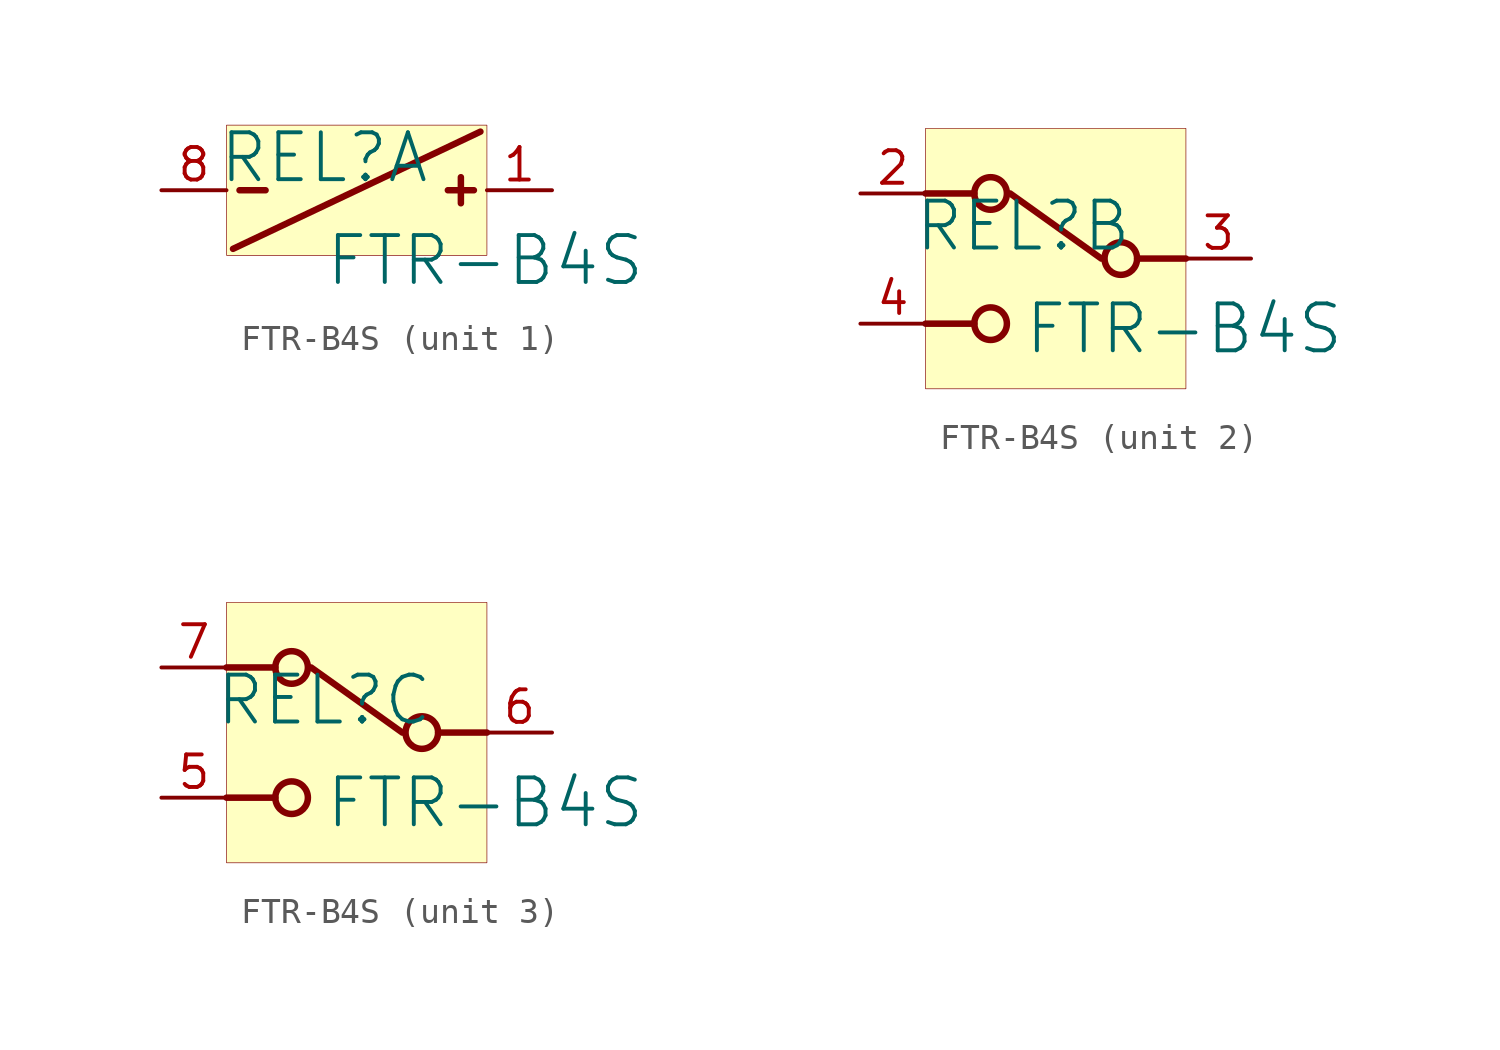
<source format=kicad_sym>
(kicad_symbol_lib
  (version 20231120)
  (generator "kicad_symbol_editor")
  (generator_version "8.0")
  (symbol "FTR-B4S"
    (property "Reference" "REL"
      (at -1.27 1.27 0)
      (effects (font (size 1.829 1.829))))
    (property "Value" "FTR-B4S"
      (at -1.27 -3.81 0)
      (effects (font (size 1.829 1.829)) (justify left bottom)))
    (symbol "FTR-B4S_1_0"
      (polyline (pts (xy -4.826 -2.286) (xy 4.826 2.286)) (stroke (width 0.254) (type solid)) (fill (type none)))
      (polyline (pts (xy -4.572 0) (xy -3.556 0)) (stroke (width 0.254) (type solid)) (fill (type none)))
      (polyline (pts (xy 3.556 0) (xy 4.572 0)) (stroke (width 0.254) (type solid)) (fill (type none)))
      (polyline (pts (xy 4.064 0.508) (xy 4.064 -0.508)) (stroke (width 0.254) (type solid)) (fill (type none)))
      (rectangle (start 5.08 2.54) (end -5.08 -2.54) (stroke (width 0.025) (type solid) (color 128 0 0 1)) (fill (type background)))
      (pin passive line (at 7.62 0 180) (length 2.54) (name "VCC" (effects (font (size 0 0)))) (number "1" (effects (font (size 1.27 1.27)))))
      (pin passive line (at -7.62 0 0) (length 2.54) (name "VSS" (effects (font (size 0 0)))) (number "8" (effects (font (size 1.27 1.27))))))
    (symbol "FTR-B4S_2_0"
      (circle (center -2.54 -2.54) (radius 0.635) (stroke (width 0.254) (type solid)) (fill (type none)))
      (circle (center -2.54 2.54) (radius 0.635) (stroke (width 0.254) (type solid)) (fill (type none)))
      (polyline (pts (xy -5.08 -2.54) (xy -3.175 -2.54)) (stroke (width 0.254) (type solid)) (fill (type none)))
      (polyline (pts (xy -5.08 2.54) (xy -3.175 2.54)) (stroke (width 0.254) (type solid)) (fill (type none)))
      (polyline (pts (xy -1.778 2.54) (xy 1.778 0)) (stroke (width 0.254) (type solid)) (fill (type none)))
      (polyline (pts (xy 5.08 0) (xy 3.175 0)) (stroke (width 0.254) (type solid)) (fill (type none)))
      (circle (center 2.54 0) (radius 0.635) (stroke (width 0.254) (type solid)) (fill (type none)))
      (rectangle (start 5.08 5.08) (end -5.08 -5.08) (stroke (width 0.025) (type solid) (color 128 0 0 1)) (fill (type background)))
      (pin passive line (at -7.62 2.54 0) (length 2.54) (name "NC1" (effects (font (size 0 0)))) (number "2" (effects (font (size 1.27 1.27)))))
      (pin passive line (at 7.62 0 180) (length 2.54) (name "COM1" (effects (font (size 0 0)))) (number "3" (effects (font (size 1.27 1.27)))))
      (pin passive line (at -7.62 -2.54 0) (length 2.54) (name "NO1" (effects (font (size 0 0)))) (number "4" (effects (font (size 1.27 1.27))))))
    (symbol "FTR-B4S_3_0"
      (circle (center -2.54 -2.54) (radius 0.635) (stroke (width 0.254) (type solid)) (fill (type none)))
      (circle (center -2.54 2.54) (radius 0.635) (stroke (width 0.254) (type solid)) (fill (type none)))
      (polyline (pts (xy -5.08 -2.54) (xy -3.175 -2.54)) (stroke (width 0.254) (type solid)) (fill (type none)))
      (polyline (pts (xy -5.08 2.54) (xy -3.175 2.54)) (stroke (width 0.254) (type solid)) (fill (type none)))
      (polyline (pts (xy -1.778 2.54) (xy 1.778 0)) (stroke (width 0.254) (type solid)) (fill (type none)))
      (polyline (pts (xy 5.08 0) (xy 3.175 0)) (stroke (width 0.254) (type solid)) (fill (type none)))
      (circle (center 2.54 0) (radius 0.635) (stroke (width 0.254) (type solid)) (fill (type none)))
      (rectangle (start 5.08 5.08) (end -5.08 -5.08) (stroke (width 0.025) (type solid) (color 128 0 0 1)) (fill (type background)))
      (pin passive line (at -7.62 -2.54 0) (length 2.54) (name "NO2" (effects (font (size 0 0)))) (number "5" (effects (font (size 1.27 1.27)))))
      (pin passive line (at 7.62 0 180) (length 2.54) (name "COM2" (effects (font (size 0 0)))) (number "6" (effects (font (size 1.27 1.27)))))
      (pin passive line (at -7.62 2.54 0) (length 2.54) (name "NC2" (effects (font (size 0 0)))) (number "7" (effects (font (size 1.27 1.27))))))))
</source>
